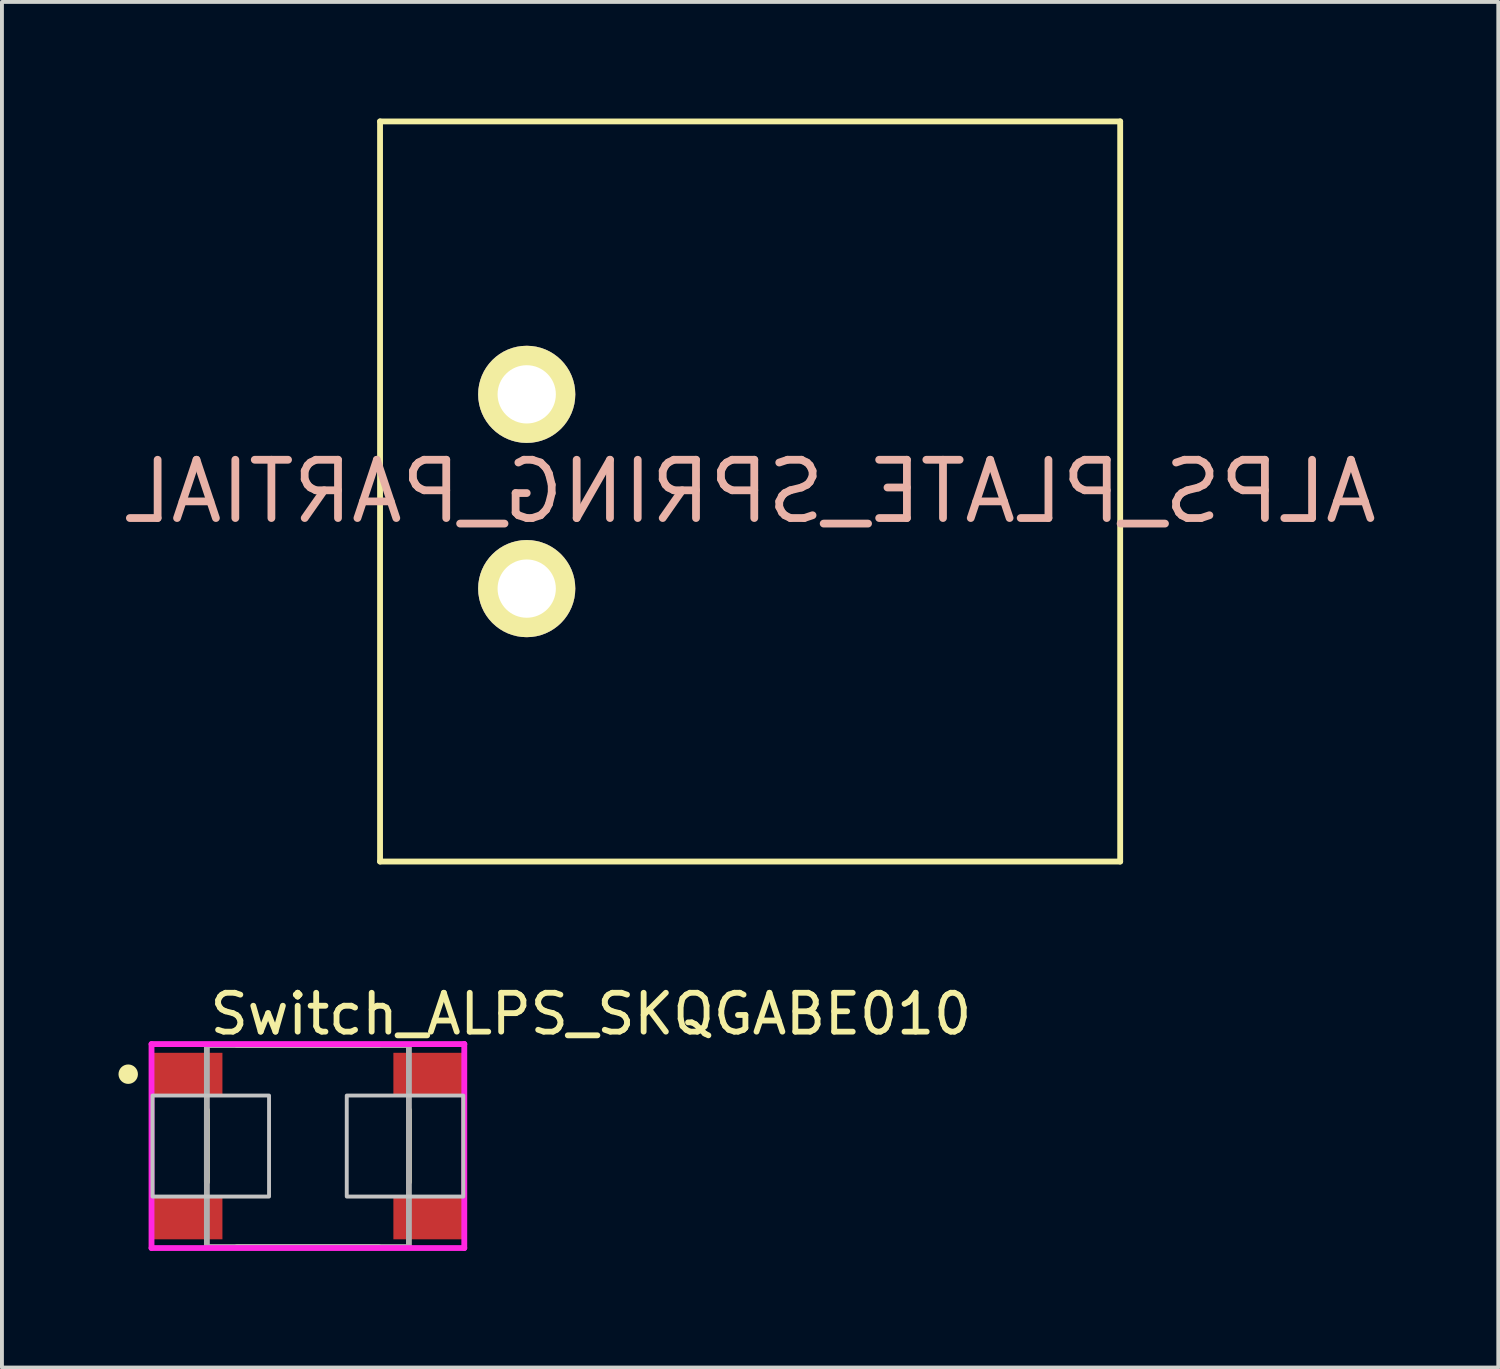
<source format=kicad_pcb>
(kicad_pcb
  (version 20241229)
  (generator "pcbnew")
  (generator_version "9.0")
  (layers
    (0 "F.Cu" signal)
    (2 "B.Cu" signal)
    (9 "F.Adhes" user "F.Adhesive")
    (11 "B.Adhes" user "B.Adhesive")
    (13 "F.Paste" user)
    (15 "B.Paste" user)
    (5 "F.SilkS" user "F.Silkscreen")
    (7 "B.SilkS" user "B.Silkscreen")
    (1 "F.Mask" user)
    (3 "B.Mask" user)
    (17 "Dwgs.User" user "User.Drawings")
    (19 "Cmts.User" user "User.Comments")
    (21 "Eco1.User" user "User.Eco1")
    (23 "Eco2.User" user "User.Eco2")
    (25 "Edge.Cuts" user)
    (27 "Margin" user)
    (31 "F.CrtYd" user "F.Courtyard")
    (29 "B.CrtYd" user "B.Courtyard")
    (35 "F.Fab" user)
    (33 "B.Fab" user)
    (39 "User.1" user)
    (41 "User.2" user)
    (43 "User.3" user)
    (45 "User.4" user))
  (footprint "Switch_ALPS_SKQGABE010"
    (layer "F.Cu")
    (at 4.875 26.448)
    (property "Reference" "Switch_ALPS_SKQGABE010" (at -2.6 -3.4 0) (layer "F.SilkS") (effects (font (size 1 1) (thickness 0.15)) (justify left)))
    (attr through_hole)
    (fp_line (start -2.6 0.925) (end -2.6 -0.925) (stroke (width 0.15) (type solid)) (layer "F.SilkS"))
    (fp_line (start -1.825 -2.6) (end 1.825 -2.6) (stroke (width 0.15) (type solid)) (layer "F.SilkS"))
    (fp_line (start -1.825 2.6) (end 1.825 2.6) (stroke (width 0.15) (type solid)) (layer "F.SilkS"))
    (fp_line (start 2.6 0.925) (end 2.6 -0.925) (stroke (width 0.15) (type solid)) (layer "F.SilkS"))
    (fp_circle (center -4.625 -1.85) (end -4.5 -1.85) (stroke (width 0.25) (type solid)) (fill no) (layer "F.SilkS"))
    (fp_poly (pts (xy -4 -1.3) (xy -1 -1.3) (xy -1 1.3) (xy -4 1.3)) (stroke (width 0.1) (type solid)) (fill no) (layer "Dwgs.User"))
    (fp_poly (pts (xy 1 -1.3) (xy 4 -1.3) (xy 4 1.3) (xy 1 1.3)) (stroke (width 0.1) (type solid)) (fill no) (layer "Dwgs.User"))
    (fp_line (start -4.025 -2.625) (end -4.025 2.625) (stroke (width 0.15) (type solid)) (layer "F.CrtYd"))
    (fp_line (start -4.025 2.625) (end 4.025 2.625) (stroke (width 0.15) (type solid)) (layer "F.CrtYd"))
    (fp_line (start 4.025 -2.625) (end -4.025 -2.625) (stroke (width 0.15) (type solid)) (layer "F.CrtYd"))
    (fp_line (start 4.025 -2.625) (end 4.025 -2.625) (stroke (width 0.15) (type solid)) (layer "F.CrtYd"))
    (fp_line (start 4.025 2.625) (end 4.025 -2.625) (stroke (width 0.15) (type solid)) (layer "F.CrtYd"))
    (fp_line (start -2.6 -2.6) (end 2.6 -2.6) (stroke (width 0.15) (type solid)) (layer "F.Fab"))
    (fp_line (start -2.6 2.6) (end -2.6 -2.6) (stroke (width 0.15) (type solid)) (layer "F.Fab"))
    (fp_line (start 2.6 -2.6) (end 2.6 2.6) (stroke (width 0.15) (type solid)) (layer "F.Fab"))
    (fp_line (start 2.6 2.6) (end -2.6 2.6) (stroke (width 0.15) (type solid)) (layer "F.Fab"))
    (pad "1" smd rect (at -3.1 -1.85) (size 1.8 1.1) (layers "F.Cu" "F.Mask" "F.Paste"))
    (pad "2" smd rect (at 3.1 -1.85) (size 1.8 1.1) (layers "F.Cu" "F.Mask" "F.Paste"))
    (pad "3" smd rect (at -3.1 1.85) (size 1.8 1.1) (layers "F.Cu" "F.Mask" "F.Paste"))
    (pad "4" smd rect (at 3.1 1.85) (size 1.8 1.1) (layers "F.Cu" "F.Mask" "F.Paste")))
  (footprint "ALPS_PLATE_SPRING_PARTIAL"
    (layer "F.Cu")
    (at 16.257 9.6)
    (property "Reference" "ALPS_PLATE_SPRING_PARTIAL" (at 0 0 0) (layer "B.SilkS") (effects (font (size 1.5 1.5) (thickness 0.2)) (justify mirror)))
    (attr through_hole)
    (fp_line (start -9.525 -9.525) (end -9.525 9.525) (stroke (width 0.15) (type solid)) (layer "F.SilkS"))
    (fp_line (start -9.525 9.525) (end 9.525 9.525) (stroke (width 0.15) (type solid)) (layer "F.SilkS"))
    (fp_line (start 9.525 -9.525) (end -9.525 -9.525) (stroke (width 0.15) (type solid)) (layer "F.SilkS"))
    (fp_line (start 9.525 9.525) (end 9.525 -9.525) (stroke (width 0.15) (type solid)) (layer "F.SilkS"))
    (pad "1" thru_hole circle (at -5.75 2.5 90) (size 2.5 2.5) (drill 1.5) (layers "*.Cu" "*.Mask" "F.SilkS"))
    (pad "2" thru_hole circle (at -5.75 -2.5 90) (size 2.5 2.5) (drill 1.5) (layers "*.Cu" "*.Mask" "F.SilkS")))
  (gr_rect
    (start -3 -3)
    (end 35.514 32.148)
    (stroke (width 0.1) (type default))
    (fill no)
    (layer "Edge.Cuts")))
</source>
